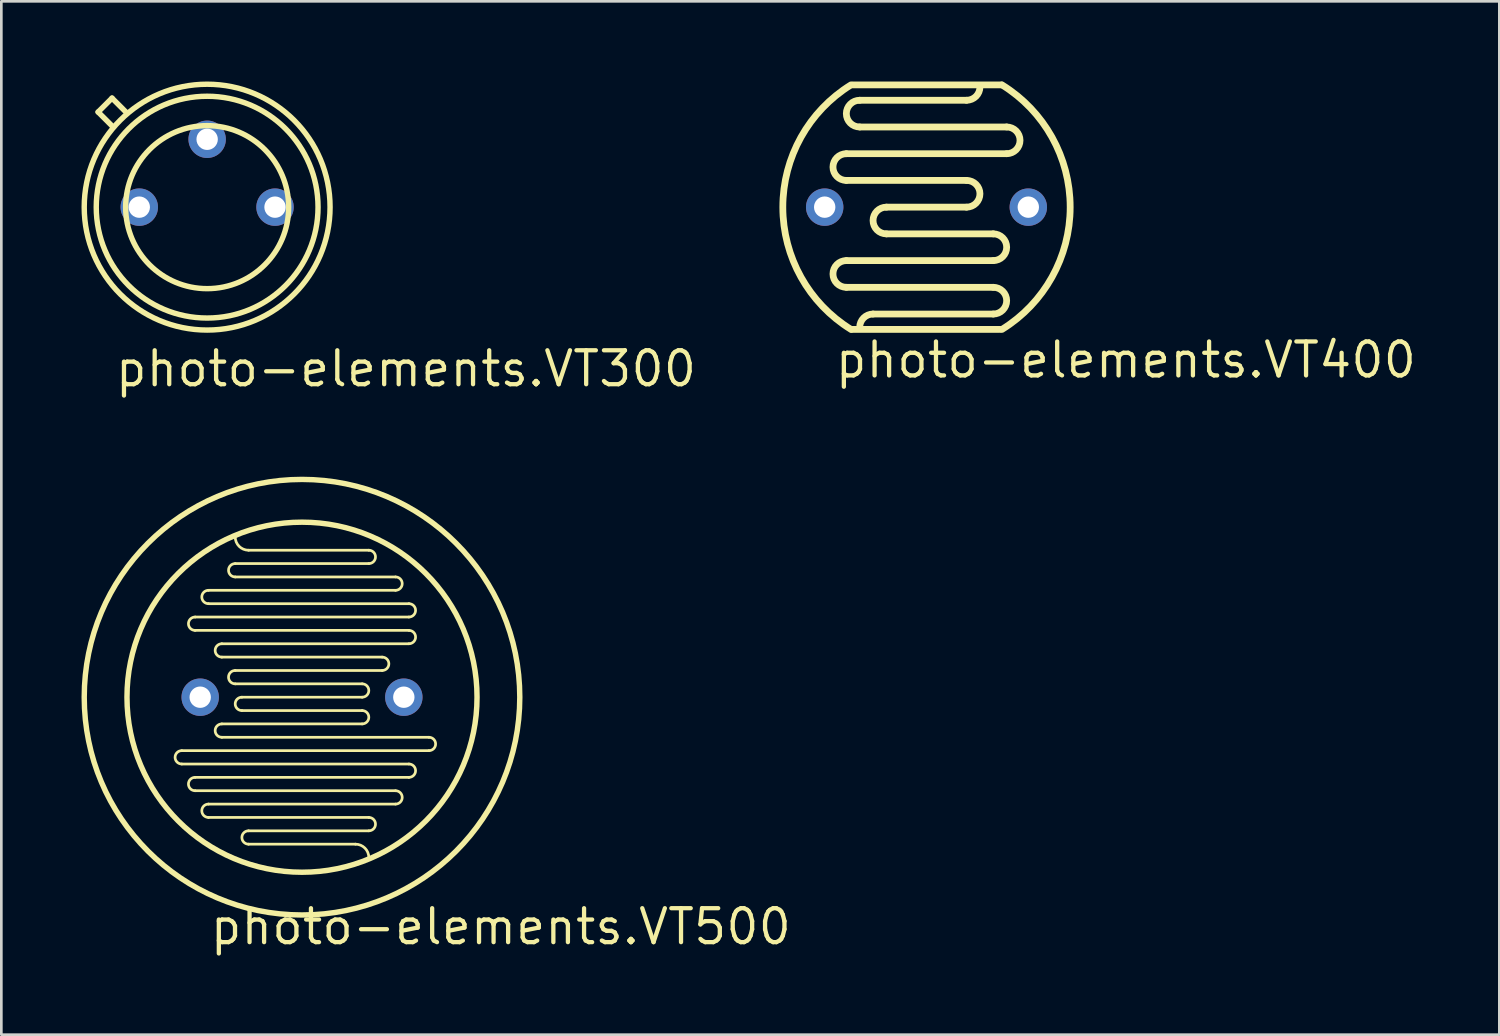
<source format=kicad_pcb>
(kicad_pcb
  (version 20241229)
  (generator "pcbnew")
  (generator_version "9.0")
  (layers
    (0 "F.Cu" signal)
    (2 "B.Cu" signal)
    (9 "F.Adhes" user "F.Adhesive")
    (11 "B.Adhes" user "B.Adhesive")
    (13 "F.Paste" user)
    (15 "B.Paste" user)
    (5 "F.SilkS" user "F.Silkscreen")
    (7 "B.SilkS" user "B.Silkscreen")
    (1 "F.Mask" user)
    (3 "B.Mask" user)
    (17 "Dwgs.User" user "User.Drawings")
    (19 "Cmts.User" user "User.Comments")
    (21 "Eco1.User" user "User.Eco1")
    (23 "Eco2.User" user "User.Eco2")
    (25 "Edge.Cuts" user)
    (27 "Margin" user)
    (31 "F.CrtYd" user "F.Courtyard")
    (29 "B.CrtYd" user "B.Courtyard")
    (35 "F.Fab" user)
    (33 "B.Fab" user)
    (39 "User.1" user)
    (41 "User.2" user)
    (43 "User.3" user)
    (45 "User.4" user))
  (footprint "photo-elements.VT300"
    (layer "F.Cu")
    (at 4.702 4.702)
    (property "Reference" "photo-elements.VT300" (at -3.52 6.79 0) (layer "F.SilkS") (effects (font (size 1.27 1.27) (thickness 0.16)) (justify left bottom)))
    (attr through_hole)
    (fp_line (start -4.08 -3.56) (end -3.56 -4.08) (stroke (width 0.203) (type default)) (layer "F.SilkS"))
    (fp_line (start -3.56 -4.08) (end -3.04 -3.56) (stroke (width 0.203) (type default)) (layer "F.SilkS"))
    (fp_line (start -3.56 -3.04) (end -4.08 -3.56) (stroke (width 0.203) (type default)) (layer "F.SilkS"))
    (fp_circle (center 0 0) (end 3.05 0) (stroke (width 0.203) (type default)) (fill no) (layer "F.SilkS"))
    (fp_circle (center 0 0) (end 4.15 0) (stroke (width 0.203) (type default)) (fill no) (layer "F.SilkS"))
    (fp_circle (center 0 0) (end 4.6 0) (stroke (width 0.203) (type default)) (fill no) (layer "F.SilkS"))
    (pad "1" thru_hole circle (at -2.54 0) (size 1.4 1.4) (drill 0.8) (layers "*.Cu" "*.Mask"))
    (pad "2" thru_hole circle (at 0 -2.54) (size 1.4 1.4) (drill 0.8) (layers "*.Cu" "*.Mask"))
    (pad "3" thru_hole circle (at 2.54 0) (size 1.4 1.4) (drill 0.8) (layers "*.Cu" "*.Mask")))
  (footprint "photo-elements.VT500"
    (layer "F.Cu")
    (at 8.252 23.041)
    (property "Reference" "photo-elements.VT500" (at -3.52 9.33 0) (layer "F.SilkS") (effects (font (size 1.27 1.27) (thickness 0.16)) (justify left bottom)))
    (attr through_hole)
    (fp_line (start -4.5 2.5) (end 4 2.5) (stroke (width 0.102) (type default)) (layer "F.SilkS"))
    (fp_line (start -4 -3) (end 4 -3) (stroke (width 0.102) (type default)) (layer "F.SilkS"))
    (fp_line (start -4 3.5) (end 3.5 3.5) (stroke (width 0.102) (type default)) (layer "F.SilkS"))
    (fp_line (start -3.5 -4) (end 3.5 -4) (stroke (width 0.102) (type default)) (layer "F.SilkS"))
    (fp_line (start -3.5 4.5) (end 2.5 4.5) (stroke (width 0.102) (type default)) (layer "F.SilkS"))
    (fp_line (start -3 -2) (end 4 -2) (stroke (width 0.102) (type default)) (layer "F.SilkS"))
    (fp_line (start -3 -1.5) (end 3 -1.5) (stroke (width 0.102) (type default)) (layer "F.SilkS"))
    (fp_line (start -3 1.5) (end 4.75 1.5) (stroke (width 0.102) (type default)) (layer "F.SilkS"))
    (fp_line (start -2.5 -5) (end 2.5 -5) (stroke (width 0.102) (type default)) (layer "F.SilkS"))
    (fp_line (start -2.5 -0.5) (end 2.25 -0.5) (stroke (width 0.102) (type default)) (layer "F.SilkS"))
    (fp_line (start -2.25 0.5) (end 2.25 0.5) (stroke (width 0.102) (type default)) (layer "F.SilkS"))
    (fp_line (start -2 5.5) (end 2 5.5) (stroke (width 0.102) (type default)) (layer "F.SilkS"))
    (fp_line (start 2.25 0) (end -2.25 0) (stroke (width 0.102) (type default)) (layer "F.SilkS"))
    (fp_line (start 2.25 1) (end -3 1) (stroke (width 0.102) (type default)) (layer "F.SilkS"))
    (fp_line (start 2.5 -5.5) (end -2 -5.5) (stroke (width 0.102) (type default)) (layer "F.SilkS"))
    (fp_line (start 2.5 5) (end -2 5) (stroke (width 0.102) (type default)) (layer "F.SilkS"))
    (fp_line (start 3 -1) (end -2.5 -1) (stroke (width 0.102) (type default)) (layer "F.SilkS"))
    (fp_line (start 3.5 -4.5) (end -2.5 -4.5) (stroke (width 0.102) (type default)) (layer "F.SilkS"))
    (fp_line (start 3.5 4) (end -3.5 4) (stroke (width 0.102) (type default)) (layer "F.SilkS"))
    (fp_line (start 4 -3.5) (end -3.5 -3.5) (stroke (width 0.102) (type default)) (layer "F.SilkS"))
    (fp_line (start 4 -2.5) (end -4 -2.5) (stroke (width 0.102) (type default)) (layer "F.SilkS"))
    (fp_line (start 4 3) (end -4 3) (stroke (width 0.102) (type default)) (layer "F.SilkS"))
    (fp_line (start 4.75 2) (end -4.5 2) (stroke (width 0.102) (type default)) (layer "F.SilkS"))
    (fp_arc (start -4.5 2.5) (mid -4.75 2.25) (end -4.5 2) (stroke (width 0.1016) (type default)) (layer "F.SilkS"))
    (fp_arc (start -4 -2.5) (mid -4.25 -2.75) (end -4 -3) (stroke (width 0.1016) (type default)) (layer "F.SilkS"))
    (fp_arc (start -4 3.5) (mid -4.25 3.25) (end -4 3) (stroke (width 0.1016) (type default)) (layer "F.SilkS"))
    (fp_arc (start -3.5 -3.5) (mid -3.75 -3.75) (end -3.5 -4) (stroke (width 0.1016) (type default)) (layer "F.SilkS"))
    (fp_arc (start -3.5 4.5) (mid -3.75 4.25) (end -3.5 4) (stroke (width 0.1016) (type default)) (layer "F.SilkS"))
    (fp_arc (start -3 -1.5) (mid -3.25 -1.75) (end -3 -2) (stroke (width 0.1016) (type default)) (layer "F.SilkS"))
    (fp_arc (start -3 1.5) (mid -3.25 1.25) (end -3 1) (stroke (width 0.1016) (type default)) (layer "F.SilkS"))
    (fp_arc (start -2.5 -4.5) (mid -2.75 -4.75) (end -2.5 -5) (stroke (width 0.1016) (type default)) (layer "F.SilkS"))
    (fp_arc (start -2.5 -0.5) (mid -2.75 -0.75) (end -2.5 -1) (stroke (width 0.1016) (type default)) (layer "F.SilkS"))
    (fp_arc (start -2.25 0.5) (mid -2.5 0.25) (end -2.25 0) (stroke (width 0.1016) (type default)) (layer "F.SilkS"))
    (fp_arc (start -2 -5.5) (mid -2.353553 -5.646447) (end -2.5 -6) (stroke (width 0.1016) (type default)) (layer "F.SilkS"))
    (fp_arc (start -2 5.5) (mid -2.25 5.25) (end -2 5) (stroke (width 0.1016) (type default)) (layer "F.SilkS"))
    (fp_arc (start 2 5.5) (mid 2.353553 5.646447) (end 2.5 6) (stroke (width 0.1016) (type default)) (layer "F.SilkS"))
    (fp_arc (start 2.25 -0.5) (mid 2.5 -0.25) (end 2.25 0) (stroke (width 0.1016) (type default)) (layer "F.SilkS"))
    (fp_arc (start 2.25 0.5) (mid 2.5 0.75) (end 2.25 1) (stroke (width 0.1016) (type default)) (layer "F.SilkS"))
    (fp_arc (start 2.5 -5.5) (mid 2.75 -5.25) (end 2.5 -5) (stroke (width 0.1016) (type default)) (layer "F.SilkS"))
    (fp_arc (start 2.5 4.5) (mid 2.75 4.75) (end 2.5 5) (stroke (width 0.1016) (type default)) (layer "F.SilkS"))
    (fp_arc (start 3 -1.5) (mid 3.25 -1.25) (end 3 -1) (stroke (width 0.1016) (type default)) (layer "F.SilkS"))
    (fp_arc (start 3.5 -4.5) (mid 3.75 -4.25) (end 3.5 -4) (stroke (width 0.1016) (type default)) (layer "F.SilkS"))
    (fp_arc (start 3.5 3.5) (mid 3.75 3.75) (end 3.5 4) (stroke (width 0.1016) (type default)) (layer "F.SilkS"))
    (fp_arc (start 4 -3.5) (mid 4.25 -3.25) (end 4 -3) (stroke (width 0.1016) (type default)) (layer "F.SilkS"))
    (fp_arc (start 4 -2.5) (mid 4.25 -2.25) (end 4 -2) (stroke (width 0.1016) (type default)) (layer "F.SilkS"))
    (fp_arc (start 4 2.5) (mid 4.25 2.75) (end 4 3) (stroke (width 0.1016) (type default)) (layer "F.SilkS"))
    (fp_arc (start 4.75 1.5) (mid 5 1.75) (end 4.75 2) (stroke (width 0.1016) (type default)) (layer "F.SilkS"))
    (fp_circle (center 0 0) (end 6.55 0) (stroke (width 0.203) (type default)) (fill no) (layer "F.SilkS"))
    (fp_circle (center 0 0) (end 8.15 0) (stroke (width 0.203) (type default)) (fill no) (layer "F.SilkS"))
    (pad "1" thru_hole circle (at -3.81 0) (size 1.4 1.4) (drill 0.8) (layers "*.Cu" "*.Mask"))
    (pad "2" thru_hole circle (at 3.81 0) (size 1.4 1.4) (drill 0.8) (layers "*.Cu" "*.Mask")))
  (footprint "photo-elements.VT400"
    (layer "F.Cu")
    (at 31.622 4.702)
    (property "Reference" "photo-elements.VT400" (at -3.5 6.46 0) (layer "F.SilkS") (effects (font (size 1.27 1.27) (thickness 0.16)) (justify left bottom)))
    (attr through_hole)
    (fp_line (start -3 -1) (end 1.5 -1) (stroke (width 0.254) (type default)) (layer "F.SilkS"))
    (fp_line (start -3 3) (end 2.5 3) (stroke (width 0.254) (type default)) (layer "F.SilkS"))
    (fp_line (start -2.75 -4.575) (end 2.8 -4.575) (stroke (width 0.254) (type default)) (layer "F.SilkS"))
    (fp_line (start -2.5 -3) (end 3 -3) (stroke (width 0.254) (type default)) (layer "F.SilkS"))
    (fp_line (start -1.5 1) (end 2.5 1) (stroke (width 0.254) (type default)) (layer "F.SilkS"))
    (fp_line (start 1.5 -4) (end -2.5 -4) (stroke (width 0.254) (type default)) (layer "F.SilkS"))
    (fp_line (start 1.5 0) (end -1.5 0) (stroke (width 0.254) (type default)) (layer "F.SilkS"))
    (fp_line (start 2.5 2) (end -3 2) (stroke (width 0.254) (type default)) (layer "F.SilkS"))
    (fp_line (start 2.5 4) (end -2 4) (stroke (width 0.254) (type default)) (layer "F.SilkS"))
    (fp_line (start 2.75 4.575) (end -2.8 4.575) (stroke (width 0.254) (type default)) (layer "F.SilkS"))
    (fp_line (start 3 -2) (end -3 -2) (stroke (width 0.254) (type default)) (layer "F.SilkS"))
    (fp_arc (start -3 -1) (mid -3.5 -1.5) (end -3 -2) (stroke (width 0.254) (type default)) (layer "F.SilkS"))
    (fp_arc (start -3 3) (mid -3.5 2.5) (end -3 2) (stroke (width 0.254) (type default)) (layer "F.SilkS"))
    (fp_arc (start -2.825 4.575) (mid -5.376918 0) (end -2.825 -4.575) (stroke (width 0.254) (type default)) (layer "F.SilkS"))
    (fp_arc (start -2.5 -3) (mid -3 -3.5) (end -2.5 -4) (stroke (width 0.254) (type default)) (layer "F.SilkS"))
    (fp_arc (start -2.5 4.5) (mid -2.353553 4.146447) (end -2 4) (stroke (width 0.254) (type default)) (layer "F.SilkS"))
    (fp_arc (start -1.5 1) (mid -2 0.5) (end -1.5 0) (stroke (width 0.254) (type default)) (layer "F.SilkS"))
    (fp_arc (start 1.5 -1) (mid 2 -0.5) (end 1.5 0) (stroke (width 0.254) (type default)) (layer "F.SilkS"))
    (fp_arc (start 2 -4.5) (mid 1.853553 -4.146447) (end 1.5 -4) (stroke (width 0.254) (type default)) (layer "F.SilkS"))
    (fp_arc (start 2.5 1) (mid 3 1.5) (end 2.5 2) (stroke (width 0.254) (type default)) (layer "F.SilkS"))
    (fp_arc (start 2.5 3) (mid 3 3.5) (end 2.5 4) (stroke (width 0.254) (type default)) (layer "F.SilkS"))
    (fp_arc (start 2.825 -4.575) (mid 5.376918 0) (end 2.825 4.575) (stroke (width 0.254) (type default)) (layer "F.SilkS"))
    (fp_arc (start 3 -3) (mid 3.5 -2.5) (end 3 -2) (stroke (width 0.254) (type default)) (layer "F.SilkS"))
    (pad "1" thru_hole circle (at -3.81 0) (size 1.4 1.4) (drill 0.8) (layers "*.Cu" "*.Mask"))
    (pad "2" thru_hole circle (at 3.81 0) (size 1.4 1.4) (drill 0.8) (layers "*.Cu" "*.Mask")))
  (gr_rect
    (start -3 -3)
    (end 53.059 35.669)
    (stroke (width 0.1) (type default))
    (fill no)
    (layer "Edge.Cuts")))
</source>
